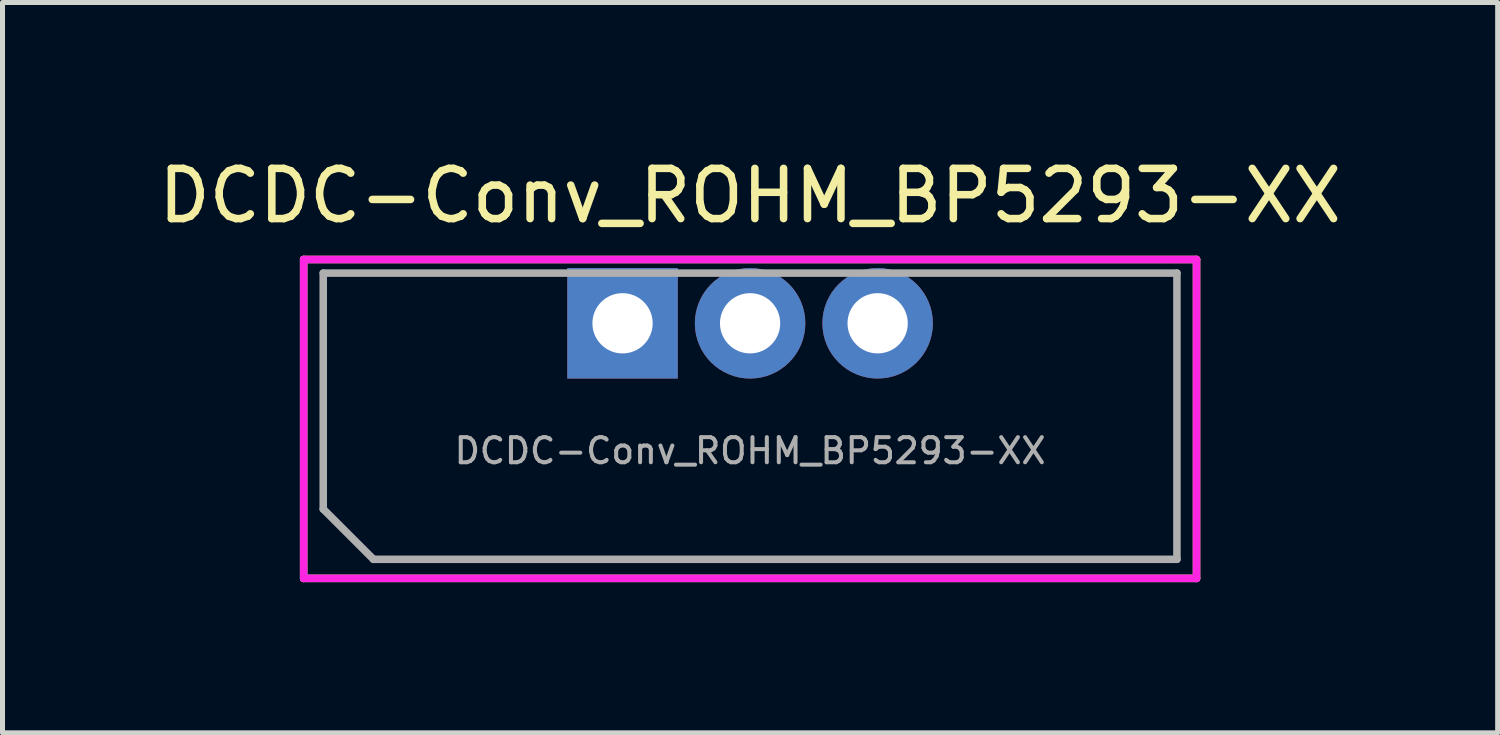
<source format=kicad_pcb>
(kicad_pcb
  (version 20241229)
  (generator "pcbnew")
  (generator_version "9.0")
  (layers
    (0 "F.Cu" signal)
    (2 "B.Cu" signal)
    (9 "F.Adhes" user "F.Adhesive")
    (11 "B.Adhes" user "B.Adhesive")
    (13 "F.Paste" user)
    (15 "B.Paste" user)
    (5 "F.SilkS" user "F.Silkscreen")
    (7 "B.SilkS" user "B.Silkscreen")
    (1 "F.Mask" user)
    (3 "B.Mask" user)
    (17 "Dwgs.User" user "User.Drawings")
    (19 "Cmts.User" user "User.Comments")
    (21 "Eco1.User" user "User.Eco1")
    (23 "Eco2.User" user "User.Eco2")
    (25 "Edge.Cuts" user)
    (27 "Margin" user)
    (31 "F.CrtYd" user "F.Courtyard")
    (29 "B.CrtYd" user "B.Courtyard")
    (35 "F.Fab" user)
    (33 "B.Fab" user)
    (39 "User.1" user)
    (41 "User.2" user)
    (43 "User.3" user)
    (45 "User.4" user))
  (footprint "DCDC-Conv_ROHM_BP5293-XX"
    (layer "F.Cu")
    (at 11.887 3.388)
    (property "Reference" "DCDC-Conv_ROHM_BP5293-XX" (at 0 -2.54 0) (layer "F.SilkS") (effects (font (size 1 1) (thickness 0.15))))
    (attr through_hole)
    (fp_line (start -8.89 -1.27) (end 8.89 -1.27) (stroke (width 0.15) (type solid)) (layer "F.SilkS"))
    (fp_line (start -8.89 5.08) (end -8.89 -1.27) (stroke (width 0.15) (type solid)) (layer "F.SilkS"))
    (fp_line (start 8.89 -1.27) (end 8.89 5.08) (stroke (width 0.15) (type solid)) (layer "F.SilkS"))
    (fp_line (start 8.89 5.08) (end -8.89 5.08) (stroke (width 0.15) (type solid)) (layer "F.SilkS"))
    (fp_line (start -8.89 -1.27) (end 8.89 -1.27) (stroke (width 0.15) (type solid)) (layer "F.CrtYd"))
    (fp_line (start -8.89 5.08) (end -8.89 -1.27) (stroke (width 0.15) (type solid)) (layer "F.CrtYd"))
    (fp_line (start 8.89 -1.27) (end 8.89 5.08) (stroke (width 0.15) (type solid)) (layer "F.CrtYd"))
    (fp_line (start 8.89 5.08) (end -8.89 5.08) (stroke (width 0.15) (type solid)) (layer "F.CrtYd"))
    (fp_line (start -8.5 -1) (end 8.5 -1) (stroke (width 0.15) (type solid)) (layer "F.Fab"))
    (fp_line (start -8.5 3.7) (end -8.5 -1) (stroke (width 0.15) (type solid)) (layer "F.Fab"))
    (fp_line (start -8.5 3.7) (end -7.5 4.7) (stroke (width 0.15) (type solid)) (layer "F.Fab"))
    (fp_line (start 8.5 -1) (end 8.5 4.7) (stroke (width 0.15) (type solid)) (layer "F.Fab"))
    (fp_line (start 8.5 4.7) (end -7.5 4.7) (stroke (width 0.15) (type solid)) (layer "F.Fab"))
    (fp_text user "${REFERENCE}" (at 0 2.54 0) (layer "F.Fab") (effects (font (size 0.5 0.5) (thickness 0.08))))
    (pad "1" thru_hole rect (at -2.54 0) (size 2.2 2.2) (drill 1.2) (layers "*.Cu" "*.Mask"))
    (pad "2" thru_hole circle (at 0 0) (size 2.2 2.2) (drill 1.2) (layers "*.Cu" "*.Mask"))
    (pad "3" thru_hole circle (at 2.54 0) (size 2.2 2.2) (drill 1.2) (layers "*.Cu" "*.Mask")))
  (gr_rect
    (start -3 -3)
    (end 26.774 11.543)
    (stroke (width 0.1) (type default))
    (fill no)
    (layer "Edge.Cuts")))
</source>
